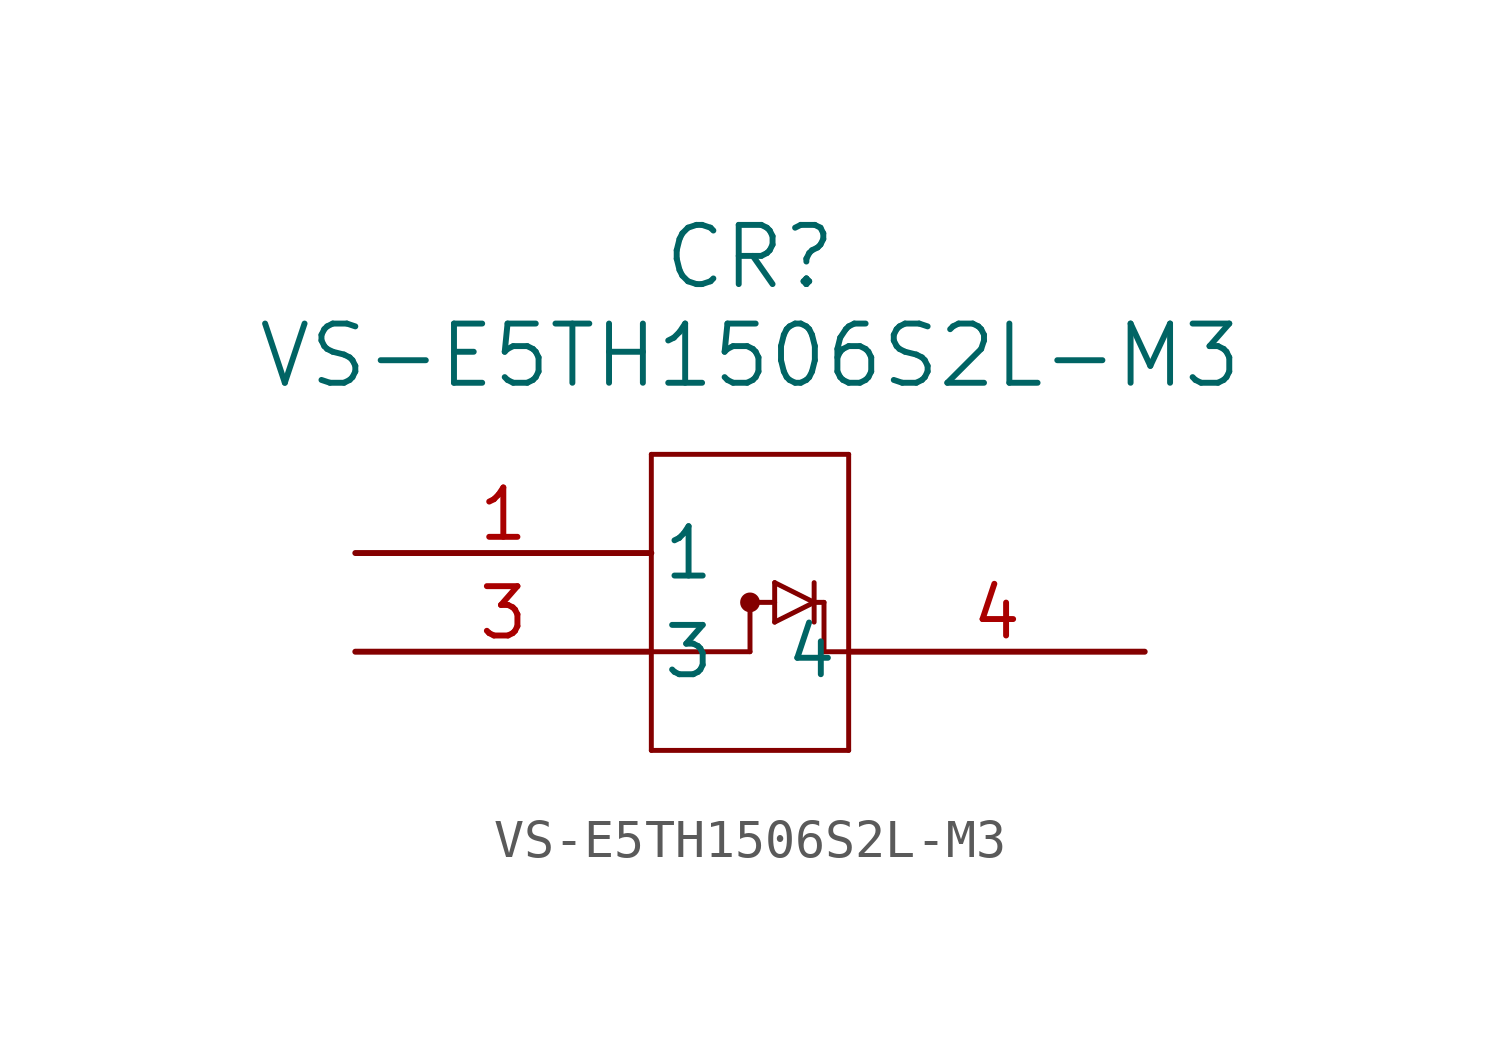
<source format=kicad_sym>
(kicad_symbol_lib
  (version 20211014)
  (generator kicad_symbol_editor)
  (symbol "VS-E5TH1506S2L-M3"
    (pin_names
      (offset 0.254))
    (property "Reference" "CR"
      (at 10.16 7.62 0)
      (effects (font (size 1.524 1.524))))
    (property "Value" "VS-E5TH1506S2L-M3"
      (at 10.16 5.08 0)
      (effects (font (size 1.524 1.524))))
    (symbol "VS-E5TH1506S2L-M3_0_1"
      (polyline (pts (xy 7.62 2.54) (xy 7.62 -5.08)) (stroke (width 0.127) (type default) (color 0 0 0 0)) (fill (type none)))
      (polyline (pts (xy 7.62 -5.08) (xy 12.7 -5.08)) (stroke (width 0.127) (type default) (color 0 0 0 0)) (fill (type none)))
      (polyline (pts (xy 12.7 -5.08) (xy 12.7 2.54)) (stroke (width 0.127) (type default) (color 0 0 0 0)) (fill (type none)))
      (polyline (pts (xy 12.7 2.54) (xy 7.62 2.54)) (stroke (width 0.127) (type default) (color 0 0 0 0)) (fill (type none)))
      (polyline (pts (xy 10.16 -1.27) (xy 10.16 -2.54)) (stroke (width 0.127) (type default) (color 0 0 0 0)) (fill (type none)))
      (polyline (pts (xy 10.16 -2.54) (xy 7.62 -2.54)) (stroke (width 0.127) (type default) (color 0 0 0 0)) (fill (type none)))
      (polyline (pts (xy 12.7 -2.54) (xy 12.065 -2.54)) (stroke (width 0.127) (type default) (color 0 0 0 0)) (fill (type none)))
      (polyline (pts (xy 12.065 -1.27) (xy 12.065 -2.54)) (stroke (width 0.127) (type default) (color 0 0 0 0)) (fill (type none)))
      (polyline (pts (xy 10.795 -1.27) (xy 10.16 -1.27)) (stroke (width 0.127) (type default) (color 0 0 0 0)) (fill (type none)))
      (polyline (pts (xy 11.811 -1.27) (xy 10.795 -1.778)) (stroke (width 0.127) (type default) (color 0 0 0 0)) (fill (type none)))
      (polyline (pts (xy 10.795 -1.778) (xy 10.795 -0.762)) (stroke (width 0.127) (type default) (color 0 0 0 0)) (fill (type none)))
      (polyline (pts (xy 10.795 -0.762) (xy 11.811 -1.27)) (stroke (width 0.127) (type default) (color 0 0 0 0)) (fill (type none)))
      (polyline (pts (xy 11.811 -0.762) (xy 11.811 -1.778)) (stroke (width 0.127) (type default) (color 0 0 0 0)) (fill (type none)))
      (polyline (pts (xy 11.748 -1.27) (xy 12.065 -1.27)) (stroke (width 0.127) (type default) (color 0 0 0 0)) (fill (type none)))
      (circle (center 10.16 -1.27) (radius 0.127) (stroke (width 0.254) (type default) (color 0 0 0 0)) (fill (type none)))
      (pin unspecified line (at 0 0 0) (length 7.62) (name "1" (effects (font (size 1.27 1.27)))) (number "1" (effects (font (size 1.27 1.27)))))
      (pin unspecified line (at 0 -2.54 0) (length 7.62) (name "3" (effects (font (size 1.27 1.27)))) (number "3" (effects (font (size 1.27 1.27)))))
      (pin unspecified line (at 20.32 -2.54 180) (length 7.62) (name "4" (effects (font (size 1.27 1.27)))) (number "4" (effects (font (size 1.27 1.27))))))))
</source>
